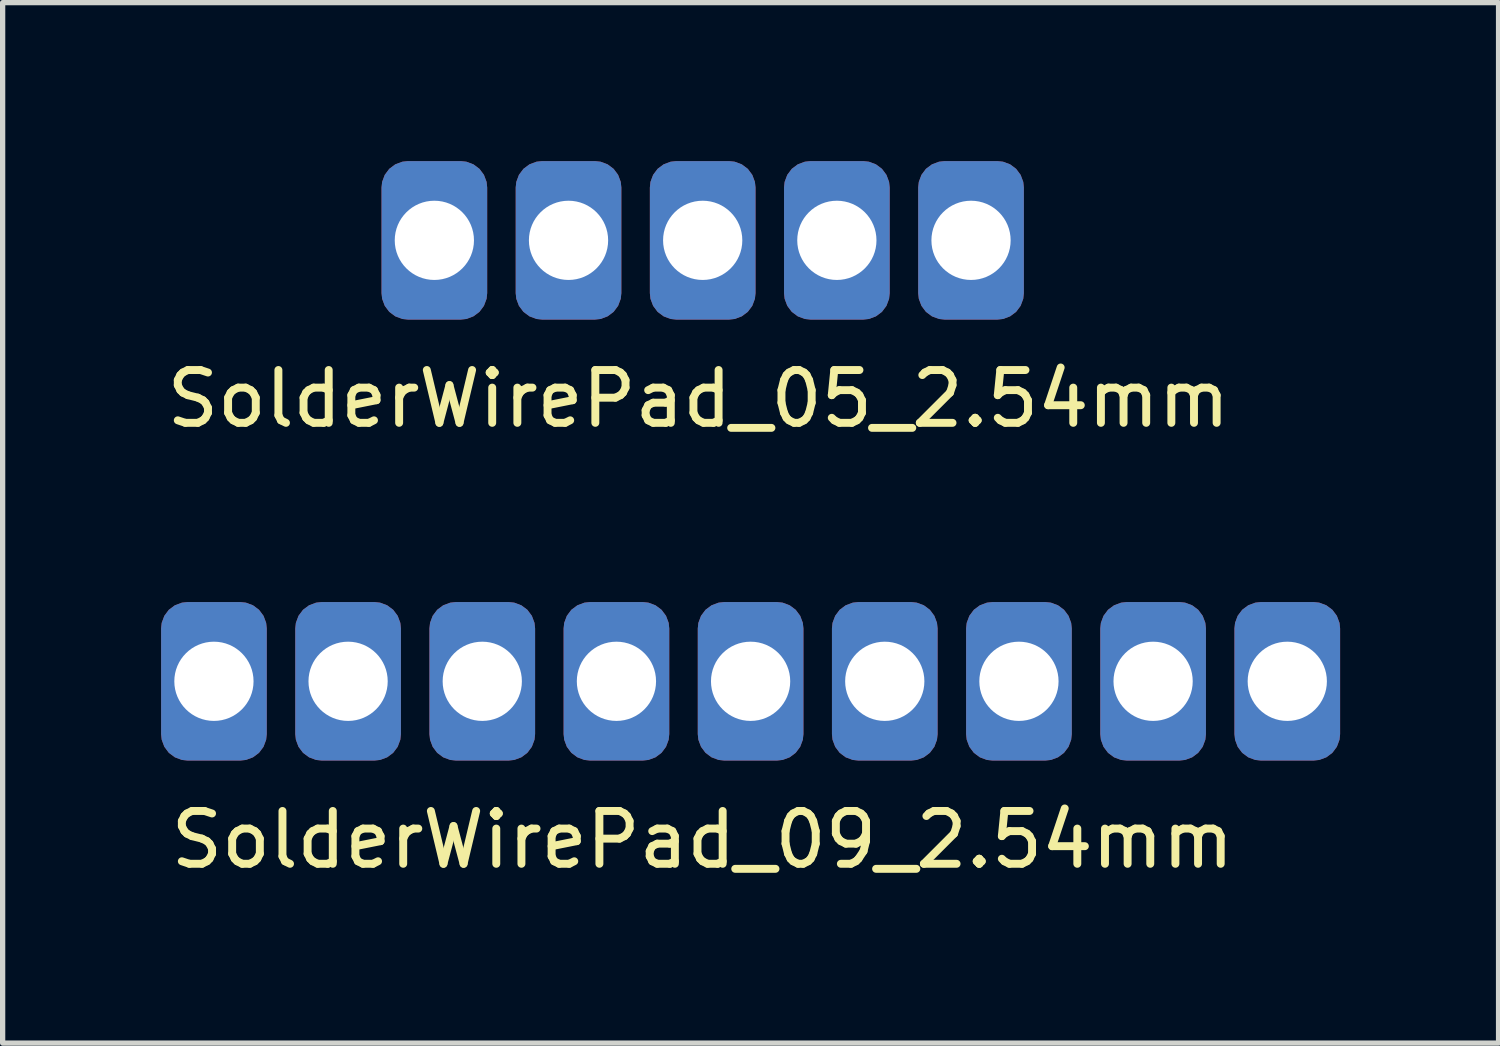
<source format=kicad_pcb>
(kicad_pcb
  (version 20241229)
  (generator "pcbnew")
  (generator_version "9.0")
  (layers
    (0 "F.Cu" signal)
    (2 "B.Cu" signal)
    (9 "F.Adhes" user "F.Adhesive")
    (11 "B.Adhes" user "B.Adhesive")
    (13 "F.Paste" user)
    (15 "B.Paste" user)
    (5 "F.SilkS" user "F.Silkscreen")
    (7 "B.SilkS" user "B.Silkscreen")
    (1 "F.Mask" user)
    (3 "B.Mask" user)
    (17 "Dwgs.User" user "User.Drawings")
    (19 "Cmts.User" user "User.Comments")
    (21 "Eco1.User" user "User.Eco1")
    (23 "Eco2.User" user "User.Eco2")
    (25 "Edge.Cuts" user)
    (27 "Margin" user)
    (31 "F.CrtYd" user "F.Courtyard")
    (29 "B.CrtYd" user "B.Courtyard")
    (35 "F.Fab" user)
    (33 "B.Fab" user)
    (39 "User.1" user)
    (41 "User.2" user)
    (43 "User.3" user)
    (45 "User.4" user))
  (footprint "SolderWirePad_05_2.54mm"
    (layer "F.Cu")
    (at 10.173 4)
    (property "Reference" "SolderWirePad_05_2.54mm" (at 0 0.5 0) (layer "F.SilkS") (effects (font (size 1 1) (thickness 0.15))))
    (attr through_hole)
    (pad "1" thru_hole roundrect (at -5 -2.5) (size 2 3) (drill 1.5) (layers "*.Cu" "*.Mask") (roundrect_rratio 0.25))
    (pad "2" thru_hole roundrect (at -2.46 -2.5) (size 2 3) (drill 1.5) (layers "*.Cu" "*.Mask") (roundrect_rratio 0.25))
    (pad "3" thru_hole roundrect (at 0.08 -2.5) (size 2 3) (drill 1.5) (layers "*.Cu" "*.Mask") (roundrect_rratio 0.25))
    (pad "4" thru_hole roundrect (at 2.62 -2.5) (size 2 3) (drill 1.5) (layers "*.Cu" "*.Mask") (roundrect_rratio 0.25))
    (pad "5" thru_hole roundrect (at 5.16 -2.5) (size 2 3) (drill 1.5) (layers "*.Cu" "*.Mask") (roundrect_rratio 0.25)))
  (footprint "SolderWirePad_09_2.54mm"
    (layer "F.Cu")
    (at 10.25 12.348)
    (property "Reference" "SolderWirePad_09_2.54mm" (at 0 0.5 0) (layer "F.SilkS") (effects (font (size 1 1) (thickness 0.15))))
    (attr through_hole)
    (pad "1" thru_hole roundrect (at -9.25 -2.5) (size 2 3) (drill 1.5) (layers "*.Cu" "*.Mask") (roundrect_rratio 0.25))
    (pad "2" thru_hole roundrect (at -6.71 -2.5) (size 2 3) (drill 1.5) (layers "*.Cu" "*.Mask") (roundrect_rratio 0.25))
    (pad "3" thru_hole roundrect (at -4.17 -2.5) (size 2 3) (drill 1.5) (layers "*.Cu" "*.Mask") (roundrect_rratio 0.25))
    (pad "4" thru_hole roundrect (at -1.63 -2.5) (size 2 3) (drill 1.5) (layers "*.Cu" "*.Mask") (roundrect_rratio 0.25))
    (pad "5" thru_hole roundrect (at 0.91 -2.5) (size 2 3) (drill 1.5) (layers "*.Cu" "*.Mask") (roundrect_rratio 0.25))
    (pad "6" thru_hole roundrect (at 3.45 -2.5) (size 2 3) (drill 1.5) (layers "*.Cu" "*.Mask") (roundrect_rratio 0.25))
    (pad "7" thru_hole roundrect (at 5.99 -2.5) (size 2 3) (drill 1.5) (layers "*.Cu" "*.Mask") (roundrect_rratio 0.25))
    (pad "8" thru_hole roundrect (at 8.53 -2.5) (size 2 3) (drill 1.5) (layers "*.Cu" "*.Mask") (roundrect_rratio 0.25))
    (pad "9" thru_hole roundrect (at 11.07 -2.5) (size 2 3) (drill 1.5) (layers "*.Cu" "*.Mask") (roundrect_rratio 0.25)))
  (gr_rect
    (start -3 -3)
    (end 25.32 16.697)
    (stroke (width 0.1) (type default))
    (fill no)
    (layer "Edge.Cuts")))
</source>
